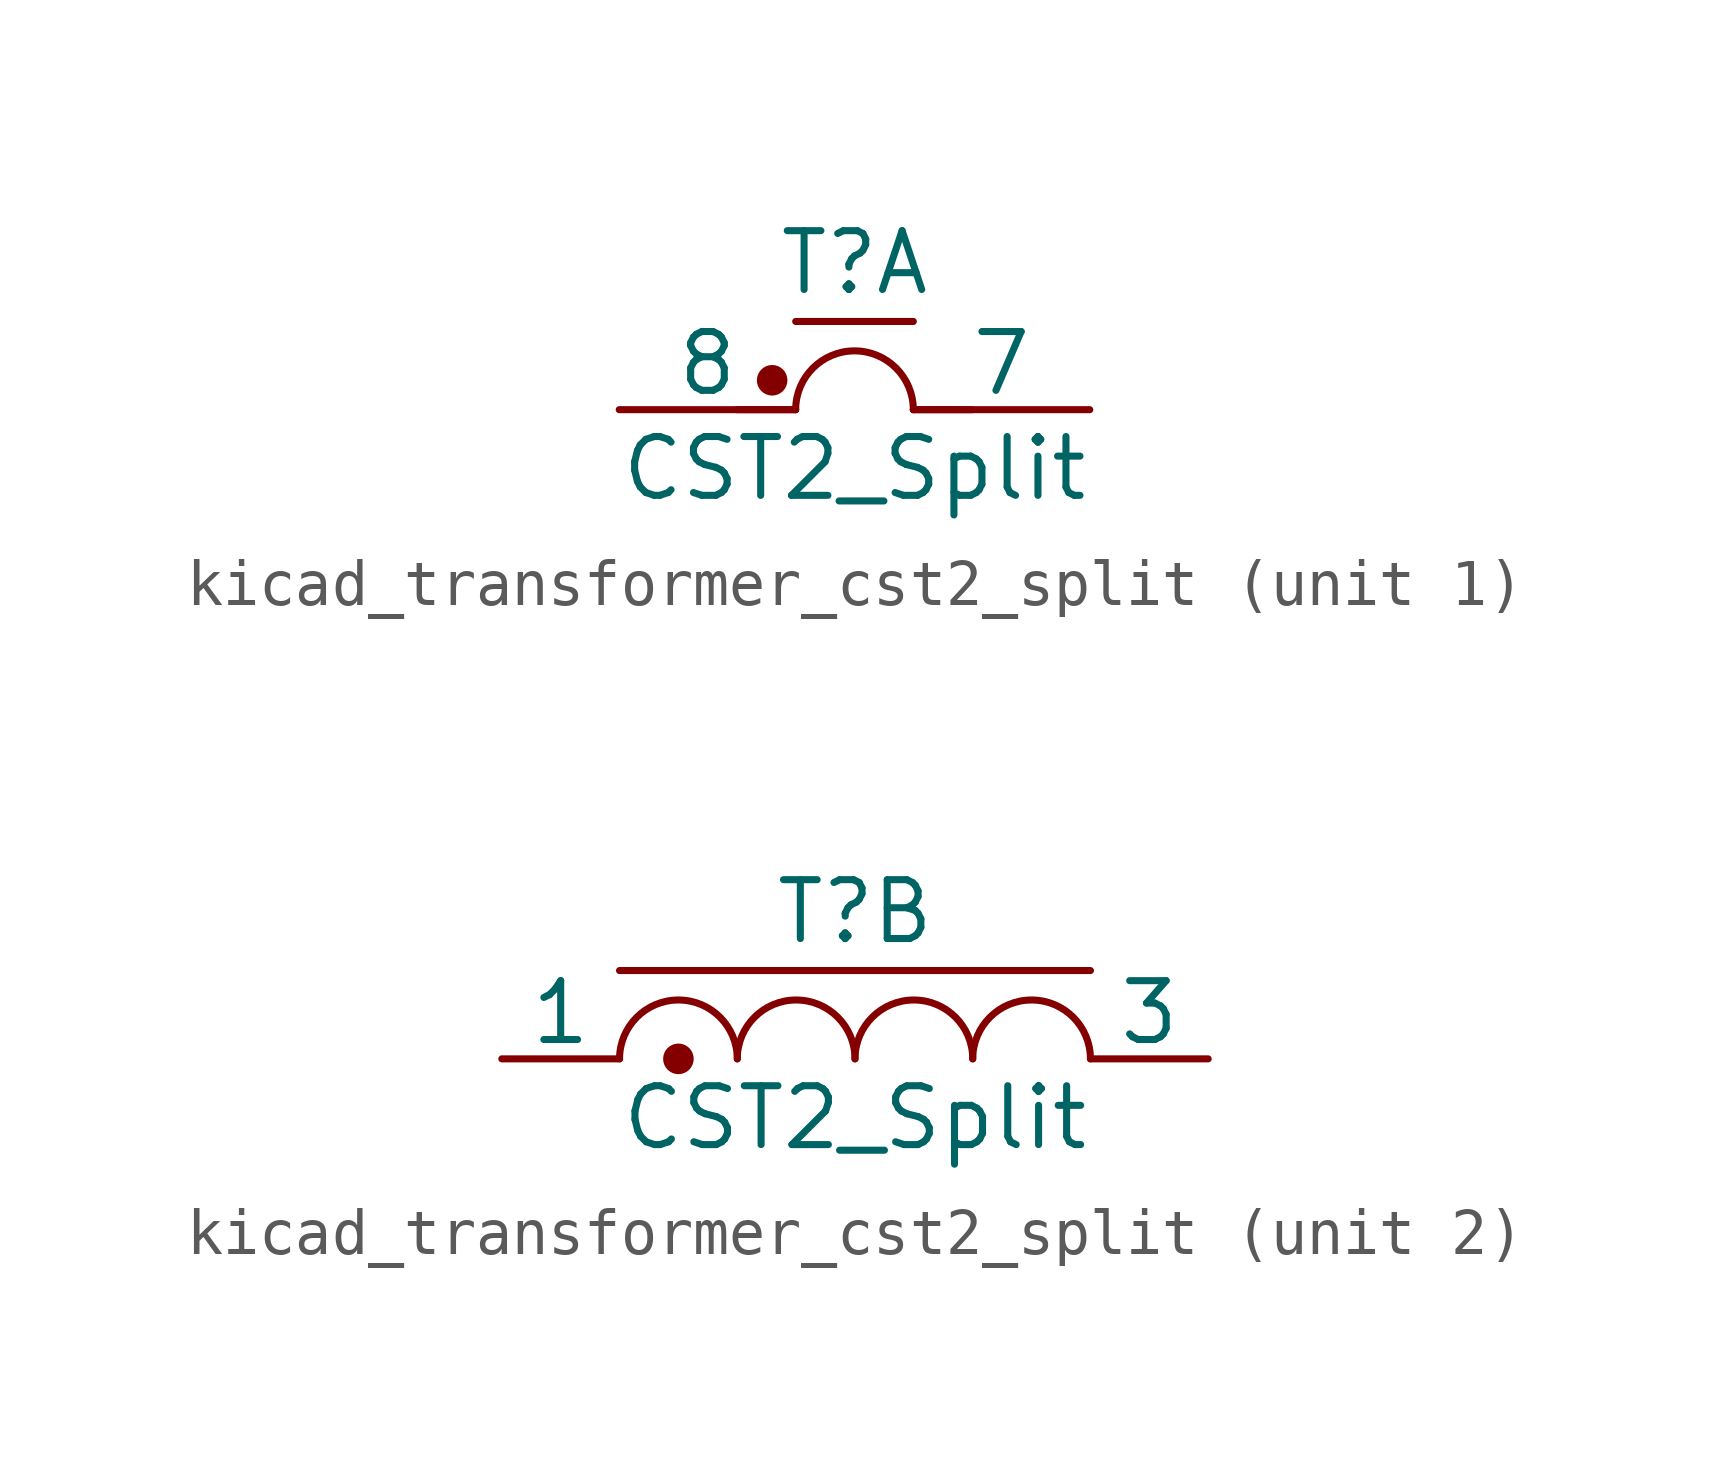
<source format=kicad_sym>
(kicad_symbol_lib
  (version 20220914)
  (generator kicad_symbol_editor)
  (symbol "kicad_transformer_cst2_split"
    (pin_numbers hide)
    (pin_names
      (offset 0))
    (property "Reference" "T"
      (at 0 3.175 0)
      (effects (font (size 1.27 1.27))))
    (property "Value" "CST2_Split"
      (at 0 -1.27 0)
      (effects (font (size 1.27 1.27))))
    (property "ki_locked" ""
      (at 0 0 0)
      (effects (font (size 1.27 1.27))))
    (symbol "kicad_transformer_cst2_split_1_1"
      (circle (center -1.778 0.635) (radius 0.254) (stroke (width 0) (type default)) (fill (type outline)))
      (polyline (pts (xy -2.54 0) (xy -1.27 0)) (stroke (width 0) (type default)) (fill (type none)))
      (polyline (pts (xy -1.27 1.905) (xy 1.27 1.905)) (stroke (width 0) (type default)) (fill (type none)))
      (polyline (pts (xy 1.27 0) (xy 2.54 0)) (stroke (width 0) (type default)) (fill (type none)))
      (arc (start 1.27 0) (mid 0 1.2645) (end -1.27 0) (stroke (width 0) (type default)) (fill (type none)))
      (pin no_connect line (at -2.54 0 0) (length 2.54) hide (name "5" (effects (font (size 1.27 1.27)))) (number "5" (effects (font (size 1.27 1.27)))))
      (pin no_connect line (at 2.54 0 180) (length 2.54) hide (name "6" (effects (font (size 1.27 1.27)))) (number "6" (effects (font (size 1.27 1.27)))))
      (pin passive line (at 5.08 0 180) (length 3.81) (name "7" (effects (font (size 1.27 1.27)))) (number "7" (effects (font (size 1.27 1.27)))))
      (pin passive line (at -5.08 0 0) (length 3.81) (name "8" (effects (font (size 1.27 1.27)))) (number "8" (effects (font (size 1.27 1.27))))))
    (symbol "kicad_transformer_cst2_split_2_1"
      (circle (center -3.81 0) (radius 0.254) (stroke (width 0) (type default)) (fill (type outline)))
      (arc (start -2.54 0) (mid -3.81 1.2645) (end -5.08 0) (stroke (width 0) (type default)) (fill (type none)))
      (arc (start 0 0) (mid -1.27 1.2645) (end -2.54 0) (stroke (width 0) (type default)) (fill (type none)))
      (polyline (pts (xy -5.08 1.905) (xy 5.08 1.905)) (stroke (width 0) (type default)) (fill (type none)))
      (arc (start 2.54 0) (mid 1.27 1.2645) (end 0 0) (stroke (width 0) (type default)) (fill (type none)))
      (arc (start 5.08 0) (mid 3.81 1.2645) (end 2.54 0) (stroke (width 0) (type default)) (fill (type none)))
      (pin passive line (at -7.62 0 0) (length 2.54) (name "1" (effects (font (size 1.27 1.27)))) (number "1" (effects (font (size 1.27 1.27)))))
      (pin no_connect line (at -2.54 0 0) (length 2.54) hide (name "2" (effects (font (size 1.27 1.27)))) (number "2" (effects (font (size 1.27 1.27)))))
      (pin passive line (at 7.62 0 180) (length 2.54) (name "3" (effects (font (size 1.27 1.27)))) (number "3" (effects (font (size 1.27 1.27)))))
      (pin no_connect line (at 2.54 0 180) (length 2.54) hide (name "4" (effects (font (size 1.27 1.27)))) (number "4" (effects (font (size 1.27 1.27))))))))
</source>
